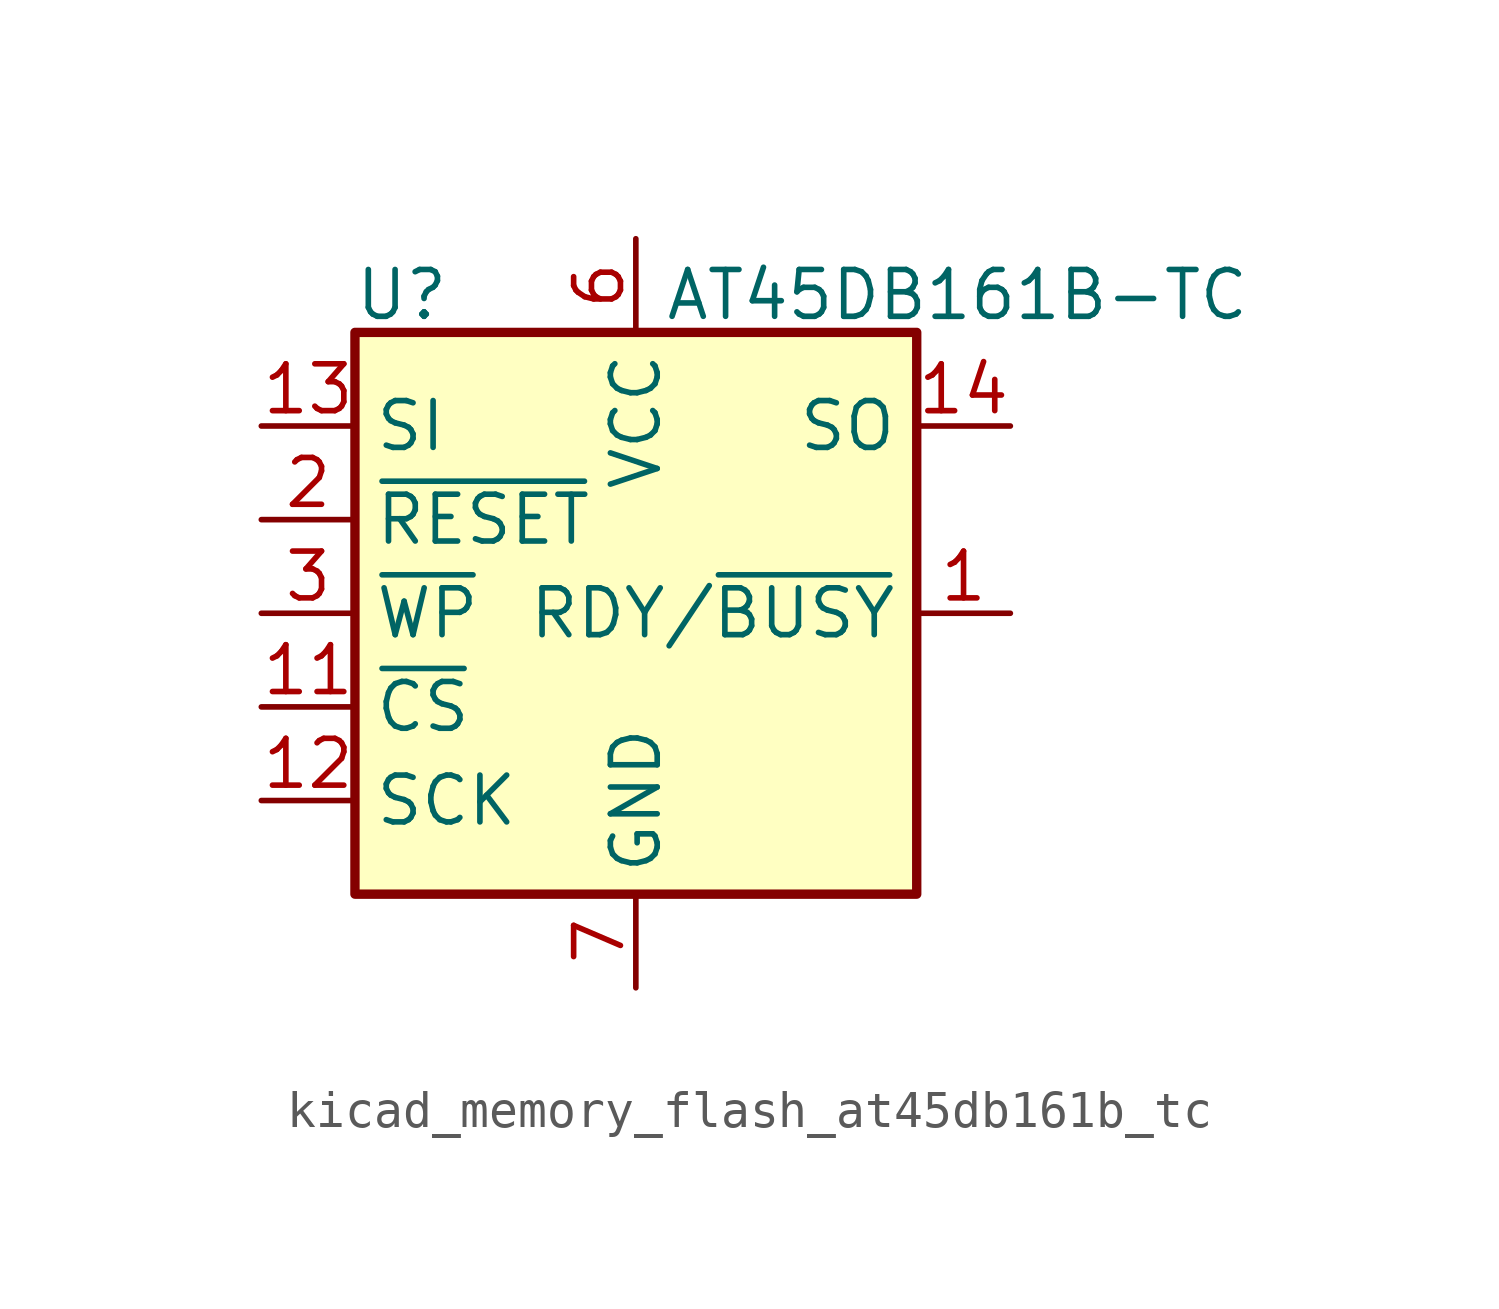
<source format=kicad_sym>
(kicad_symbol_lib
  (version 20220914)
  (generator kicad_symbol_editor)
  (symbol "kicad_memory_flash_at45db161b_tc"
    (property "Reference" "U"
      (at -6.35 8.636 0)
      (effects (font (size 1.27 1.27))))
    (property "Value" "AT45DB161B-TC"
      (at 0.762 8.636 0)
      (effects (font (size 1.27 1.27)) (justify left)))
    (symbol "kicad_memory_flash_at45db161b_tc_0_1"
      (rectangle (start -7.62 7.62) (end 7.62 -7.62) (stroke (width 0.254) (type default)) (fill (type background))))
    (symbol "kicad_memory_flash_at45db161b_tc_1_1"
      (pin output line (at 10.16 0 180) (length 2.54) (name "RDY/~{BUSY}" (effects (font (size 1.27 1.27)))) (number "1" (effects (font (size 1.27 1.27)))))
      (pin input line (at -10.16 -2.54 0) (length 2.54) (name "~{CS}" (effects (font (size 1.27 1.27)))) (number "11" (effects (font (size 1.27 1.27)))))
      (pin input line (at -10.16 -5.08 0) (length 2.54) (name "SCK" (effects (font (size 1.27 1.27)))) (number "12" (effects (font (size 1.27 1.27)))))
      (pin input line (at -10.16 5.08 0) (length 2.54) (name "SI" (effects (font (size 1.27 1.27)))) (number "13" (effects (font (size 1.27 1.27)))))
      (pin output line (at 10.16 5.08 180) (length 2.54) (name "SO" (effects (font (size 1.27 1.27)))) (number "14" (effects (font (size 1.27 1.27)))))
      (pin input line (at -10.16 2.54 0) (length 2.54) (name "~{RESET}" (effects (font (size 1.27 1.27)))) (number "2" (effects (font (size 1.27 1.27)))))
      (pin input line (at -10.16 0 0) (length 2.54) (name "~{WP}" (effects (font (size 1.27 1.27)))) (number "3" (effects (font (size 1.27 1.27)))))
      (pin power_in line (at 0 10.16 270) (length 2.54) (name "VCC" (effects (font (size 1.27 1.27)))) (number "6" (effects (font (size 1.27 1.27)))))
      (pin power_in line (at 0 -10.16 90) (length 2.54) (name "GND" (effects (font (size 1.27 1.27)))) (number "7" (effects (font (size 1.27 1.27))))))))
</source>
